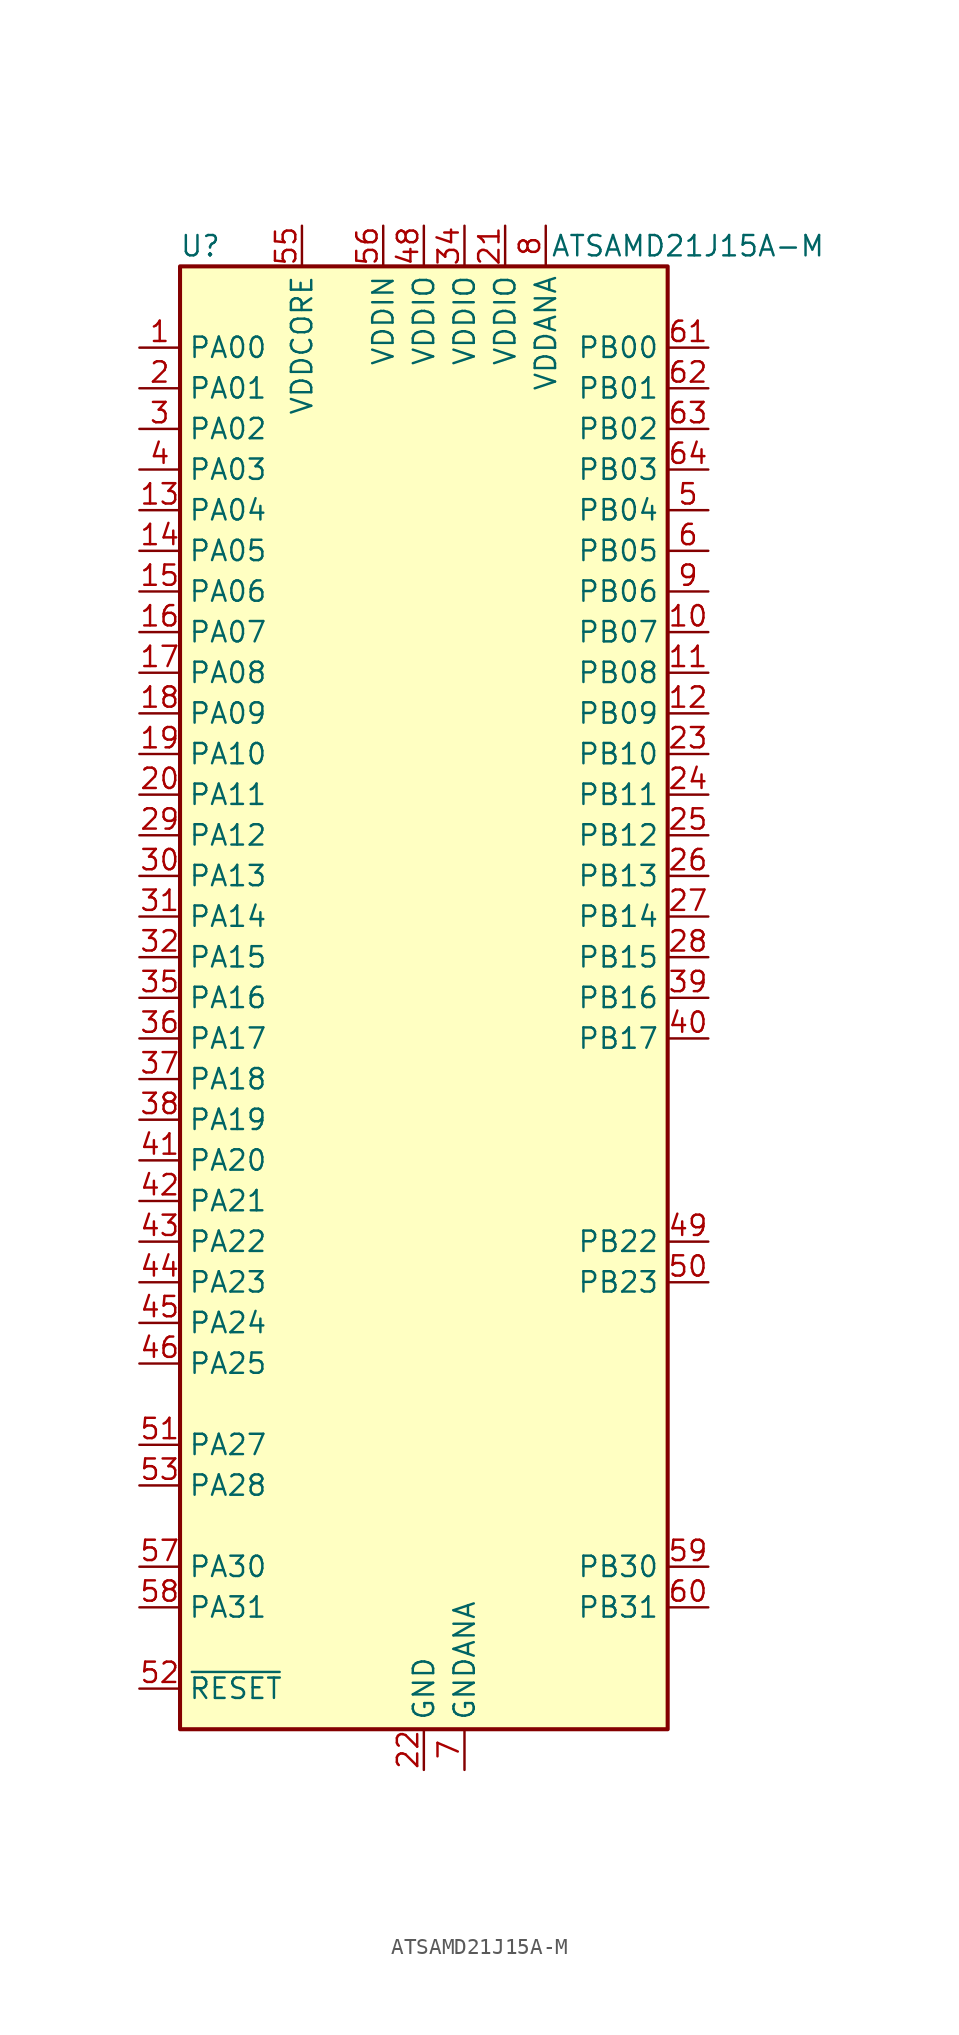
<source format=kicad_sym>
(kicad_symbol_lib
  (version 20220914)
  (generator kicad_symbol_editor)
  (symbol "ATSAMD21J15A-M"
    (property "Reference" "U"
      (at -13.97 46.99 0)
      (effects (font (size 1.27 1.27))))
    (property "Value" "ATSAMD21J15A-M"
      (at 16.51 46.99 0)
      (effects (font (size 1.27 1.27))))
    (symbol "ATSAMD21J15A-M_0_1"
      (rectangle (start -15.24 45.72) (end 15.24 -45.72) (stroke (width 0.254) (type solid)) (fill (type background))))
    (symbol "ATSAMD21J15A-M_1_1"
      (pin bidirectional line (at -17.78 40.64 0) (length 2.54) (name "PA00" (effects (font (size 1.27 1.27)))) (number "1" (effects (font (size 1.27 1.27)))))
      (pin bidirectional line (at 17.78 22.86 180) (length 2.54) (name "PB07" (effects (font (size 1.27 1.27)))) (number "10" (effects (font (size 1.27 1.27)))))
      (pin bidirectional line (at 17.78 20.32 180) (length 2.54) (name "PB08" (effects (font (size 1.27 1.27)))) (number "11" (effects (font (size 1.27 1.27)))))
      (pin bidirectional line (at 17.78 17.78 180) (length 2.54) (name "PB09" (effects (font (size 1.27 1.27)))) (number "12" (effects (font (size 1.27 1.27)))))
      (pin bidirectional line (at -17.78 30.48 0) (length 2.54) (name "PA04" (effects (font (size 1.27 1.27)))) (number "13" (effects (font (size 1.27 1.27)))))
      (pin bidirectional line (at -17.78 27.94 0) (length 2.54) (name "PA05" (effects (font (size 1.27 1.27)))) (number "14" (effects (font (size 1.27 1.27)))))
      (pin bidirectional line (at -17.78 25.4 0) (length 2.54) (name "PA06" (effects (font (size 1.27 1.27)))) (number "15" (effects (font (size 1.27 1.27)))))
      (pin bidirectional line (at -17.78 22.86 0) (length 2.54) (name "PA07" (effects (font (size 1.27 1.27)))) (number "16" (effects (font (size 1.27 1.27)))))
      (pin bidirectional line (at -17.78 20.32 0) (length 2.54) (name "PA08" (effects (font (size 1.27 1.27)))) (number "17" (effects (font (size 1.27 1.27)))))
      (pin bidirectional line (at -17.78 17.78 0) (length 2.54) (name "PA09" (effects (font (size 1.27 1.27)))) (number "18" (effects (font (size 1.27 1.27)))))
      (pin bidirectional line (at -17.78 15.24 0) (length 2.54) (name "PA10" (effects (font (size 1.27 1.27)))) (number "19" (effects (font (size 1.27 1.27)))))
      (pin bidirectional line (at -17.78 38.1 0) (length 2.54) (name "PA01" (effects (font (size 1.27 1.27)))) (number "2" (effects (font (size 1.27 1.27)))))
      (pin bidirectional line (at -17.78 12.7 0) (length 2.54) (name "PA11" (effects (font (size 1.27 1.27)))) (number "20" (effects (font (size 1.27 1.27)))))
      (pin power_in line (at 5.08 48.26 270) (length 2.54) (name "VDDIO" (effects (font (size 1.27 1.27)))) (number "21" (effects (font (size 1.27 1.27)))))
      (pin power_in line (at 0 -48.26 90) (length 2.54) (name "GND" (effects (font (size 1.27 1.27)))) (number "22" (effects (font (size 1.27 1.27)))))
      (pin bidirectional line (at 17.78 15.24 180) (length 2.54) (name "PB10" (effects (font (size 1.27 1.27)))) (number "23" (effects (font (size 1.27 1.27)))))
      (pin bidirectional line (at 17.78 12.7 180) (length 2.54) (name "PB11" (effects (font (size 1.27 1.27)))) (number "24" (effects (font (size 1.27 1.27)))))
      (pin bidirectional line (at 17.78 10.16 180) (length 2.54) (name "PB12" (effects (font (size 1.27 1.27)))) (number "25" (effects (font (size 1.27 1.27)))))
      (pin bidirectional line (at 17.78 7.62 180) (length 2.54) (name "PB13" (effects (font (size 1.27 1.27)))) (number "26" (effects (font (size 1.27 1.27)))))
      (pin bidirectional line (at 17.78 5.08 180) (length 2.54) (name "PB14" (effects (font (size 1.27 1.27)))) (number "27" (effects (font (size 1.27 1.27)))))
      (pin bidirectional line (at 17.78 2.54 180) (length 2.54) (name "PB15" (effects (font (size 1.27 1.27)))) (number "28" (effects (font (size 1.27 1.27)))))
      (pin bidirectional line (at -17.78 10.16 0) (length 2.54) (name "PA12" (effects (font (size 1.27 1.27)))) (number "29" (effects (font (size 1.27 1.27)))))
      (pin bidirectional line (at -17.78 35.56 0) (length 2.54) (name "PA02" (effects (font (size 1.27 1.27)))) (number "3" (effects (font (size 1.27 1.27)))))
      (pin bidirectional line (at -17.78 7.62 0) (length 2.54) (name "PA13" (effects (font (size 1.27 1.27)))) (number "30" (effects (font (size 1.27 1.27)))))
      (pin bidirectional line (at -17.78 5.08 0) (length 2.54) (name "PA14" (effects (font (size 1.27 1.27)))) (number "31" (effects (font (size 1.27 1.27)))))
      (pin bidirectional line (at -17.78 2.54 0) (length 2.54) (name "PA15" (effects (font (size 1.27 1.27)))) (number "32" (effects (font (size 1.27 1.27)))))
      (pin passive line (at 0 -48.26 90) (length 2.54) hide (name "GND" (effects (font (size 1.27 1.27)))) (number "33" (effects (font (size 1.27 1.27)))))
      (pin power_in line (at 2.54 48.26 270) (length 2.54) (name "VDDIO" (effects (font (size 1.27 1.27)))) (number "34" (effects (font (size 1.27 1.27)))))
      (pin bidirectional line (at -17.78 0 0) (length 2.54) (name "PA16" (effects (font (size 1.27 1.27)))) (number "35" (effects (font (size 1.27 1.27)))))
      (pin bidirectional line (at -17.78 -2.54 0) (length 2.54) (name "PA17" (effects (font (size 1.27 1.27)))) (number "36" (effects (font (size 1.27 1.27)))))
      (pin bidirectional line (at -17.78 -5.08 0) (length 2.54) (name "PA18" (effects (font (size 1.27 1.27)))) (number "37" (effects (font (size 1.27 1.27)))))
      (pin bidirectional line (at -17.78 -7.62 0) (length 2.54) (name "PA19" (effects (font (size 1.27 1.27)))) (number "38" (effects (font (size 1.27 1.27)))))
      (pin bidirectional line (at 17.78 0 180) (length 2.54) (name "PB16" (effects (font (size 1.27 1.27)))) (number "39" (effects (font (size 1.27 1.27)))))
      (pin bidirectional line (at -17.78 33.02 0) (length 2.54) (name "PA03" (effects (font (size 1.27 1.27)))) (number "4" (effects (font (size 1.27 1.27)))))
      (pin bidirectional line (at 17.78 -2.54 180) (length 2.54) (name "PB17" (effects (font (size 1.27 1.27)))) (number "40" (effects (font (size 1.27 1.27)))))
      (pin bidirectional line (at -17.78 -10.16 0) (length 2.54) (name "PA20" (effects (font (size 1.27 1.27)))) (number "41" (effects (font (size 1.27 1.27)))))
      (pin bidirectional line (at -17.78 -12.7 0) (length 2.54) (name "PA21" (effects (font (size 1.27 1.27)))) (number "42" (effects (font (size 1.27 1.27)))))
      (pin bidirectional line (at -17.78 -15.24 0) (length 2.54) (name "PA22" (effects (font (size 1.27 1.27)))) (number "43" (effects (font (size 1.27 1.27)))))
      (pin bidirectional line (at -17.78 -17.78 0) (length 2.54) (name "PA23" (effects (font (size 1.27 1.27)))) (number "44" (effects (font (size 1.27 1.27)))))
      (pin bidirectional line (at -17.78 -20.32 0) (length 2.54) (name "PA24" (effects (font (size 1.27 1.27)))) (number "45" (effects (font (size 1.27 1.27)))))
      (pin bidirectional line (at -17.78 -22.86 0) (length 2.54) (name "PA25" (effects (font (size 1.27 1.27)))) (number "46" (effects (font (size 1.27 1.27)))))
      (pin passive line (at 0 -48.26 90) (length 2.54) hide (name "GND" (effects (font (size 1.27 1.27)))) (number "47" (effects (font (size 1.27 1.27)))))
      (pin power_in line (at 0 48.26 270) (length 2.54) (name "VDDIO" (effects (font (size 1.27 1.27)))) (number "48" (effects (font (size 1.27 1.27)))))
      (pin bidirectional line (at 17.78 -15.24 180) (length 2.54) (name "PB22" (effects (font (size 1.27 1.27)))) (number "49" (effects (font (size 1.27 1.27)))))
      (pin bidirectional line (at 17.78 30.48 180) (length 2.54) (name "PB04" (effects (font (size 1.27 1.27)))) (number "5" (effects (font (size 1.27 1.27)))))
      (pin bidirectional line (at 17.78 -17.78 180) (length 2.54) (name "PB23" (effects (font (size 1.27 1.27)))) (number "50" (effects (font (size 1.27 1.27)))))
      (pin bidirectional line (at -17.78 -27.94 0) (length 2.54) (name "PA27" (effects (font (size 1.27 1.27)))) (number "51" (effects (font (size 1.27 1.27)))))
      (pin input line (at -17.78 -43.18 0) (length 2.54) (name "~{RESET}" (effects (font (size 1.27 1.27)))) (number "52" (effects (font (size 1.27 1.27)))))
      (pin bidirectional line (at -17.78 -30.48 0) (length 2.54) (name "PA28" (effects (font (size 1.27 1.27)))) (number "53" (effects (font (size 1.27 1.27)))))
      (pin passive line (at 0 -48.26 90) (length 2.54) hide (name "GND" (effects (font (size 1.27 1.27)))) (number "54" (effects (font (size 1.27 1.27)))))
      (pin power_out line (at -7.62 48.26 270) (length 2.54) (name "VDDCORE" (effects (font (size 1.27 1.27)))) (number "55" (effects (font (size 1.27 1.27)))))
      (pin power_in line (at -2.54 48.26 270) (length 2.54) (name "VDDIN" (effects (font (size 1.27 1.27)))) (number "56" (effects (font (size 1.27 1.27)))))
      (pin bidirectional line (at -17.78 -35.56 0) (length 2.54) (name "PA30" (effects (font (size 1.27 1.27)))) (number "57" (effects (font (size 1.27 1.27)))))
      (pin bidirectional line (at -17.78 -38.1 0) (length 2.54) (name "PA31" (effects (font (size 1.27 1.27)))) (number "58" (effects (font (size 1.27 1.27)))))
      (pin bidirectional line (at 17.78 -35.56 180) (length 2.54) (name "PB30" (effects (font (size 1.27 1.27)))) (number "59" (effects (font (size 1.27 1.27)))))
      (pin bidirectional line (at 17.78 27.94 180) (length 2.54) (name "PB05" (effects (font (size 1.27 1.27)))) (number "6" (effects (font (size 1.27 1.27)))))
      (pin bidirectional line (at 17.78 -38.1 180) (length 2.54) (name "PB31" (effects (font (size 1.27 1.27)))) (number "60" (effects (font (size 1.27 1.27)))))
      (pin bidirectional line (at 17.78 40.64 180) (length 2.54) (name "PB00" (effects (font (size 1.27 1.27)))) (number "61" (effects (font (size 1.27 1.27)))))
      (pin bidirectional line (at 17.78 38.1 180) (length 2.54) (name "PB01" (effects (font (size 1.27 1.27)))) (number "62" (effects (font (size 1.27 1.27)))))
      (pin bidirectional line (at 17.78 35.56 180) (length 2.54) (name "PB02" (effects (font (size 1.27 1.27)))) (number "63" (effects (font (size 1.27 1.27)))))
      (pin bidirectional line (at 17.78 33.02 180) (length 2.54) (name "PB03" (effects (font (size 1.27 1.27)))) (number "64" (effects (font (size 1.27 1.27)))))
      (pin no_connect line (at 15.24 -43.18 180) (length 2.54) hide (name "EP" (effects (font (size 1.27 1.27)))) (number "65" (effects (font (size 1.27 1.27)))))
      (pin power_in line (at 2.54 -48.26 90) (length 2.54) (name "GNDANA" (effects (font (size 1.27 1.27)))) (number "7" (effects (font (size 1.27 1.27)))))
      (pin power_in line (at 7.62 48.26 270) (length 2.54) (name "VDDANA" (effects (font (size 1.27 1.27)))) (number "8" (effects (font (size 1.27 1.27)))))
      (pin bidirectional line (at 17.78 25.4 180) (length 2.54) (name "PB06" (effects (font (size 1.27 1.27)))) (number "9" (effects (font (size 1.27 1.27))))))))
</source>
